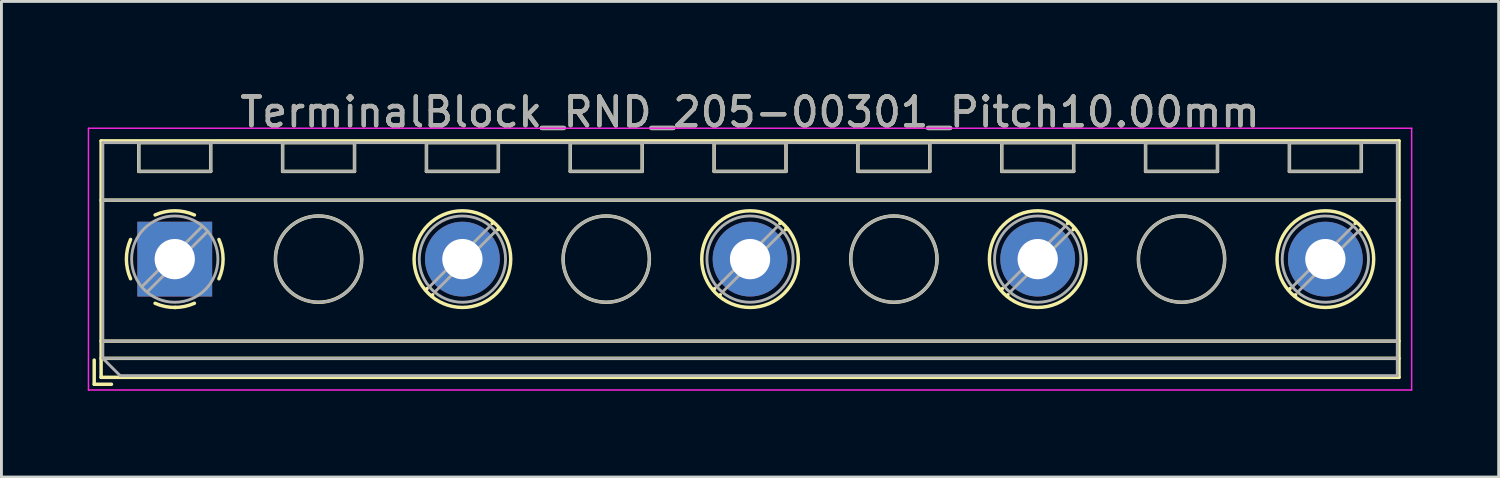
<source format=kicad_pcb>
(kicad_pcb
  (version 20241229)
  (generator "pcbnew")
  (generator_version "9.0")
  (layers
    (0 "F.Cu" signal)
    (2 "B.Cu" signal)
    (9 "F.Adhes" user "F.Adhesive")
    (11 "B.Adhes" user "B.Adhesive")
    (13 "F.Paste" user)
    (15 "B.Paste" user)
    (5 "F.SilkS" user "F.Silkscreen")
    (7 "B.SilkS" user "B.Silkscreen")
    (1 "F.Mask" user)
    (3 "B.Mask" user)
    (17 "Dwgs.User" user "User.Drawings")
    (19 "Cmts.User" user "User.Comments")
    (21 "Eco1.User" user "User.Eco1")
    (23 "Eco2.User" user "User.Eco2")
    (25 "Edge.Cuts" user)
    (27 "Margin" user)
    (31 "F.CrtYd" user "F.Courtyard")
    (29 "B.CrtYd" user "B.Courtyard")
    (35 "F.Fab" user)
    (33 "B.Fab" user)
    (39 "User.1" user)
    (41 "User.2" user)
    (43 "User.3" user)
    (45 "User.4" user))
  (footprint "TerminalBlock_RND_205-00301_Pitch10.00mm"
    (layer "F.Cu")
    (at 3.025 5.958)
    (property "Reference" "TerminalBlock_RND_205-00301_Pitch10.00mm" (at 20 -5.11 0) (layer "F.SilkS") (effects (font (size 1 1) (thickness 0.15))))
    (attr through_hole)
    (fp_line (start -2.8 3.51) (end -2.8 4.35) (stroke (width 0.12) (type solid)) (layer "F.SilkS"))
    (fp_line (start -2.8 4.35) (end -2.2 4.35) (stroke (width 0.12) (type solid)) (layer "F.SilkS"))
    (fp_line (start -2.56 -4.11) (end -2.56 4.11) (stroke (width 0.12) (type solid)) (layer "F.SilkS"))
    (fp_line (start -2.56 -2.05) (end 42.56 -2.05) (stroke (width 0.12) (type solid)) (layer "F.SilkS"))
    (fp_line (start -2.56 2.85) (end 42.56 2.85) (stroke (width 0.12) (type solid)) (layer "F.SilkS"))
    (fp_line (start -2.56 3.45) (end 42.56 3.45) (stroke (width 0.12) (type solid)) (layer "F.SilkS"))
    (fp_line (start -2.56 4.11) (end 42.56 4.11) (stroke (width 0.12) (type solid)) (layer "F.SilkS"))
    (fp_line (start -1.25 -4.05) (end -1.25 -3.05) (stroke (width 0.12) (type solid)) (layer "F.SilkS"))
    (fp_line (start -1.25 -4.05) (end 1.25 -4.05) (stroke (width 0.12) (type solid)) (layer "F.SilkS"))
    (fp_line (start -1.25 -3.05) (end 1.25 -3.05) (stroke (width 0.12) (type solid)) (layer "F.SilkS"))
    (fp_line (start 1.25 -4.05) (end 1.25 -3.05) (stroke (width 0.12) (type solid)) (layer "F.SilkS"))
    (fp_line (start 3.75 -4.05) (end 3.75 -3.05) (stroke (width 0.12) (type solid)) (layer "F.SilkS"))
    (fp_line (start 3.75 -4.05) (end 6.25 -4.05) (stroke (width 0.12) (type solid)) (layer "F.SilkS"))
    (fp_line (start 3.75 -3.05) (end 6.25 -3.05) (stroke (width 0.12) (type solid)) (layer "F.SilkS"))
    (fp_line (start 6.25 -4.05) (end 6.25 -3.05) (stroke (width 0.12) (type solid)) (layer "F.SilkS"))
    (fp_line (start 8.75 -4.05) (end 8.75 -3.05) (stroke (width 0.12) (type solid)) (layer "F.SilkS"))
    (fp_line (start 8.75 -4.05) (end 11.25 -4.05) (stroke (width 0.12) (type solid)) (layer "F.SilkS"))
    (fp_line (start 8.75 -3.05) (end 11.25 -3.05) (stroke (width 0.12) (type solid)) (layer "F.SilkS"))
    (fp_line (start 8.773 1.023) (end 8.726 1.069) (stroke (width 0.12) (type solid)) (layer "F.SilkS"))
    (fp_line (start 8.966 1.239) (end 8.931 1.274) (stroke (width 0.12) (type solid)) (layer "F.SilkS"))
    (fp_line (start 11.07 -1.275) (end 11.035 -1.239) (stroke (width 0.12) (type solid)) (layer "F.SilkS"))
    (fp_line (start 11.25 -4.05) (end 11.25 -3.05) (stroke (width 0.12) (type solid)) (layer "F.SilkS"))
    (fp_line (start 11.275 -1.069) (end 11.228 -1.023) (stroke (width 0.12) (type solid)) (layer "F.SilkS"))
    (fp_line (start 13.75 -4.05) (end 13.75 -3.05) (stroke (width 0.12) (type solid)) (layer "F.SilkS"))
    (fp_line (start 13.75 -4.05) (end 16.25 -4.05) (stroke (width 0.12) (type solid)) (layer "F.SilkS"))
    (fp_line (start 13.75 -3.05) (end 16.25 -3.05) (stroke (width 0.12) (type solid)) (layer "F.SilkS"))
    (fp_line (start 16.25 -4.05) (end 16.25 -3.05) (stroke (width 0.12) (type solid)) (layer "F.SilkS"))
    (fp_line (start 18.75 -4.05) (end 18.75 -3.05) (stroke (width 0.12) (type solid)) (layer "F.SilkS"))
    (fp_line (start 18.75 -4.05) (end 21.25 -4.05) (stroke (width 0.12) (type solid)) (layer "F.SilkS"))
    (fp_line (start 18.75 -3.05) (end 21.25 -3.05) (stroke (width 0.12) (type solid)) (layer "F.SilkS"))
    (fp_line (start 18.773 1.023) (end 18.726 1.069) (stroke (width 0.12) (type solid)) (layer "F.SilkS"))
    (fp_line (start 18.966 1.239) (end 18.931 1.274) (stroke (width 0.12) (type solid)) (layer "F.SilkS"))
    (fp_line (start 21.07 -1.275) (end 21.035 -1.239) (stroke (width 0.12) (type solid)) (layer "F.SilkS"))
    (fp_line (start 21.25 -4.05) (end 21.25 -3.05) (stroke (width 0.12) (type solid)) (layer "F.SilkS"))
    (fp_line (start 21.275 -1.069) (end 21.228 -1.023) (stroke (width 0.12) (type solid)) (layer "F.SilkS"))
    (fp_line (start 23.75 -4.05) (end 23.75 -3.05) (stroke (width 0.12) (type solid)) (layer "F.SilkS"))
    (fp_line (start 23.75 -4.05) (end 26.25 -4.05) (stroke (width 0.12) (type solid)) (layer "F.SilkS"))
    (fp_line (start 23.75 -3.05) (end 26.25 -3.05) (stroke (width 0.12) (type solid)) (layer "F.SilkS"))
    (fp_line (start 26.25 -4.05) (end 26.25 -3.05) (stroke (width 0.12) (type solid)) (layer "F.SilkS"))
    (fp_line (start 28.75 -4.05) (end 28.75 -3.05) (stroke (width 0.12) (type solid)) (layer "F.SilkS"))
    (fp_line (start 28.75 -4.05) (end 31.25 -4.05) (stroke (width 0.12) (type solid)) (layer "F.SilkS"))
    (fp_line (start 28.75 -3.05) (end 31.25 -3.05) (stroke (width 0.12) (type solid)) (layer "F.SilkS"))
    (fp_line (start 28.773 1.023) (end 28.726 1.069) (stroke (width 0.12) (type solid)) (layer "F.SilkS"))
    (fp_line (start 28.966 1.239) (end 28.931 1.274) (stroke (width 0.12) (type solid)) (layer "F.SilkS"))
    (fp_line (start 31.07 -1.275) (end 31.035 -1.239) (stroke (width 0.12) (type solid)) (layer "F.SilkS"))
    (fp_line (start 31.25 -4.05) (end 31.25 -3.05) (stroke (width 0.12) (type solid)) (layer "F.SilkS"))
    (fp_line (start 31.275 -1.069) (end 31.228 -1.023) (stroke (width 0.12) (type solid)) (layer "F.SilkS"))
    (fp_line (start 33.75 -4.05) (end 33.75 -3.05) (stroke (width 0.12) (type solid)) (layer "F.SilkS"))
    (fp_line (start 33.75 -4.05) (end 36.25 -4.05) (stroke (width 0.12) (type solid)) (layer "F.SilkS"))
    (fp_line (start 33.75 -3.05) (end 36.25 -3.05) (stroke (width 0.12) (type solid)) (layer "F.SilkS"))
    (fp_line (start 36.25 -4.05) (end 36.25 -3.05) (stroke (width 0.12) (type solid)) (layer "F.SilkS"))
    (fp_line (start 38.75 -4.05) (end 38.75 -3.05) (stroke (width 0.12) (type solid)) (layer "F.SilkS"))
    (fp_line (start 38.75 -4.05) (end 41.25 -4.05) (stroke (width 0.12) (type solid)) (layer "F.SilkS"))
    (fp_line (start 38.75 -3.05) (end 41.25 -3.05) (stroke (width 0.12) (type solid)) (layer "F.SilkS"))
    (fp_line (start 38.773 1.023) (end 38.726 1.069) (stroke (width 0.12) (type solid)) (layer "F.SilkS"))
    (fp_line (start 38.966 1.239) (end 38.931 1.274) (stroke (width 0.12) (type solid)) (layer "F.SilkS"))
    (fp_line (start 41.07 -1.275) (end 41.035 -1.239) (stroke (width 0.12) (type solid)) (layer "F.SilkS"))
    (fp_line (start 41.25 -4.05) (end 41.25 -3.05) (stroke (width 0.12) (type solid)) (layer "F.SilkS"))
    (fp_line (start 41.275 -1.069) (end 41.228 -1.023) (stroke (width 0.12) (type solid)) (layer "F.SilkS"))
    (fp_line (start 42.56 -4.11) (end -2.56 -4.11) (stroke (width 0.12) (type solid)) (layer "F.SilkS"))
    (fp_line (start 42.56 4.11) (end 42.56 -4.11) (stroke (width 0.12) (type solid)) (layer "F.SilkS"))
    (fp_arc (start -1.535427 0.683042) (mid -1.680501 -0.000524) (end -1.535 -0.684) (stroke (width 0.12) (type solid)) (layer "F.SilkS"))
    (fp_arc (start -0.683042 -1.535427) (mid 0.000524 -1.680501) (end 0.684 -1.535) (stroke (width 0.12) (type solid)) (layer "F.SilkS"))
    (fp_arc (start 0.028805 1.680253) (mid -0.335551 1.646659) (end -0.684 1.535) (stroke (width 0.12) (type solid)) (layer "F.SilkS"))
    (fp_arc (start 0.683318 1.534756) (mid 0.349292 1.643288) (end 0 1.68) (stroke (width 0.12) (type solid)) (layer "F.SilkS"))
    (fp_arc (start 1.535427 -0.683042) (mid 1.680501 0.000524) (end 1.535 0.684) (stroke (width 0.12) (type solid)) (layer "F.SilkS"))
    (fp_circle (center 5 0) (end 6.5 0) (stroke (width 0.12) (type solid)) (fill no) (layer "F.SilkS"))
    (fp_circle (center 10 0) (end 11.68 0) (stroke (width 0.12) (type solid)) (fill no) (layer "F.SilkS"))
    (fp_circle (center 15 0) (end 16.5 0) (stroke (width 0.12) (type solid)) (fill no) (layer "F.SilkS"))
    (fp_circle (center 20 0) (end 21.68 0) (stroke (width 0.12) (type solid)) (fill no) (layer "F.SilkS"))
    (fp_circle (center 25 0) (end 26.5 0) (stroke (width 0.12) (type solid)) (fill no) (layer "F.SilkS"))
    (fp_circle (center 30 0) (end 31.68 0) (stroke (width 0.12) (type solid)) (fill no) (layer "F.SilkS"))
    (fp_circle (center 35 0) (end 36.5 0) (stroke (width 0.12) (type solid)) (fill no) (layer "F.SilkS"))
    (fp_circle (center 40 0) (end 41.68 0) (stroke (width 0.12) (type solid)) (fill no) (layer "F.SilkS"))
    (fp_line (start -3 -4.55) (end -3 4.55) (stroke (width 0.05) (type solid)) (layer "F.CrtYd"))
    (fp_line (start -3 4.55) (end 43 4.55) (stroke (width 0.05) (type solid)) (layer "F.CrtYd"))
    (fp_line (start 43 -4.55) (end -3 -4.55) (stroke (width 0.05) (type solid)) (layer "F.CrtYd"))
    (fp_line (start 43 4.55) (end 43 -4.55) (stroke (width 0.05) (type solid)) (layer "F.CrtYd"))
    (fp_line (start -2.5 -4.05) (end 42.5 -4.05) (stroke (width 0.1) (type solid)) (layer "F.Fab"))
    (fp_line (start -2.5 -2.05) (end 42.5 -2.05) (stroke (width 0.1) (type solid)) (layer "F.Fab"))
    (fp_line (start -2.5 2.85) (end 42.5 2.85) (stroke (width 0.1) (type solid)) (layer "F.Fab"))
    (fp_line (start -2.5 3.45) (end -2.5 -4.05) (stroke (width 0.1) (type solid)) (layer "F.Fab"))
    (fp_line (start -2.5 3.45) (end 42.5 3.45) (stroke (width 0.1) (type solid)) (layer "F.Fab"))
    (fp_line (start -1.9 4.05) (end -2.5 3.45) (stroke (width 0.1) (type solid)) (layer "F.Fab"))
    (fp_line (start -1.25 -4.05) (end -1.25 -3.05) (stroke (width 0.1) (type solid)) (layer "F.Fab"))
    (fp_line (start -1.25 -3.05) (end 1.25 -3.05) (stroke (width 0.1) (type solid)) (layer "F.Fab"))
    (fp_line (start 0.955 -1.138) (end -1.138 0.955) (stroke (width 0.1) (type solid)) (layer "F.Fab"))
    (fp_line (start 1.138 -0.955) (end -0.955 1.138) (stroke (width 0.1) (type solid)) (layer "F.Fab"))
    (fp_line (start 1.25 -4.05) (end -1.25 -4.05) (stroke (width 0.1) (type solid)) (layer "F.Fab"))
    (fp_line (start 1.25 -3.05) (end 1.25 -4.05) (stroke (width 0.1) (type solid)) (layer "F.Fab"))
    (fp_line (start 3.75 -4.05) (end 3.75 -3.05) (stroke (width 0.1) (type solid)) (layer "F.Fab"))
    (fp_line (start 3.75 -3.05) (end 6.25 -3.05) (stroke (width 0.1) (type solid)) (layer "F.Fab"))
    (fp_line (start 6.25 -4.05) (end 3.75 -4.05) (stroke (width 0.1) (type solid)) (layer "F.Fab"))
    (fp_line (start 6.25 -3.05) (end 6.25 -4.05) (stroke (width 0.1) (type solid)) (layer "F.Fab"))
    (fp_line (start 8.75 -4.05) (end 8.75 -3.05) (stroke (width 0.1) (type solid)) (layer "F.Fab"))
    (fp_line (start 8.75 -3.05) (end 11.25 -3.05) (stroke (width 0.1) (type solid)) (layer "F.Fab"))
    (fp_line (start 10.955 -1.138) (end 8.863 0.955) (stroke (width 0.1) (type solid)) (layer "F.Fab"))
    (fp_line (start 11.138 -0.955) (end 9.046 1.138) (stroke (width 0.1) (type solid)) (layer "F.Fab"))
    (fp_line (start 11.25 -4.05) (end 8.75 -4.05) (stroke (width 0.1) (type solid)) (layer "F.Fab"))
    (fp_line (start 11.25 -3.05) (end 11.25 -4.05) (stroke (width 0.1) (type solid)) (layer "F.Fab"))
    (fp_line (start 13.75 -4.05) (end 13.75 -3.05) (stroke (width 0.1) (type solid)) (layer "F.Fab"))
    (fp_line (start 13.75 -3.05) (end 16.25 -3.05) (stroke (width 0.1) (type solid)) (layer "F.Fab"))
    (fp_line (start 16.25 -4.05) (end 13.75 -4.05) (stroke (width 0.1) (type solid)) (layer "F.Fab"))
    (fp_line (start 16.25 -3.05) (end 16.25 -4.05) (stroke (width 0.1) (type solid)) (layer "F.Fab"))
    (fp_line (start 18.75 -4.05) (end 18.75 -3.05) (stroke (width 0.1) (type solid)) (layer "F.Fab"))
    (fp_line (start 18.75 -3.05) (end 21.25 -3.05) (stroke (width 0.1) (type solid)) (layer "F.Fab"))
    (fp_line (start 20.955 -1.138) (end 18.863 0.955) (stroke (width 0.1) (type solid)) (layer "F.Fab"))
    (fp_line (start 21.138 -0.955) (end 19.046 1.138) (stroke (width 0.1) (type solid)) (layer "F.Fab"))
    (fp_line (start 21.25 -4.05) (end 18.75 -4.05) (stroke (width 0.1) (type solid)) (layer "F.Fab"))
    (fp_line (start 21.25 -3.05) (end 21.25 -4.05) (stroke (width 0.1) (type solid)) (layer "F.Fab"))
    (fp_line (start 23.75 -4.05) (end 23.75 -3.05) (stroke (width 0.1) (type solid)) (layer "F.Fab"))
    (fp_line (start 23.75 -3.05) (end 26.25 -3.05) (stroke (width 0.1) (type solid)) (layer "F.Fab"))
    (fp_line (start 26.25 -4.05) (end 23.75 -4.05) (stroke (width 0.1) (type solid)) (layer "F.Fab"))
    (fp_line (start 26.25 -3.05) (end 26.25 -4.05) (stroke (width 0.1) (type solid)) (layer "F.Fab"))
    (fp_line (start 28.75 -4.05) (end 28.75 -3.05) (stroke (width 0.1) (type solid)) (layer "F.Fab"))
    (fp_line (start 28.75 -3.05) (end 31.25 -3.05) (stroke (width 0.1) (type solid)) (layer "F.Fab"))
    (fp_line (start 30.955 -1.138) (end 28.863 0.955) (stroke (width 0.1) (type solid)) (layer "F.Fab"))
    (fp_line (start 31.138 -0.955) (end 29.046 1.138) (stroke (width 0.1) (type solid)) (layer "F.Fab"))
    (fp_line (start 31.25 -4.05) (end 28.75 -4.05) (stroke (width 0.1) (type solid)) (layer "F.Fab"))
    (fp_line (start 31.25 -3.05) (end 31.25 -4.05) (stroke (width 0.1) (type solid)) (layer "F.Fab"))
    (fp_line (start 33.75 -4.05) (end 33.75 -3.05) (stroke (width 0.1) (type solid)) (layer "F.Fab"))
    (fp_line (start 33.75 -3.05) (end 36.25 -3.05) (stroke (width 0.1) (type solid)) (layer "F.Fab"))
    (fp_line (start 36.25 -4.05) (end 33.75 -4.05) (stroke (width 0.1) (type solid)) (layer "F.Fab"))
    (fp_line (start 36.25 -3.05) (end 36.25 -4.05) (stroke (width 0.1) (type solid)) (layer "F.Fab"))
    (fp_line (start 38.75 -4.05) (end 38.75 -3.05) (stroke (width 0.1) (type solid)) (layer "F.Fab"))
    (fp_line (start 38.75 -3.05) (end 41.25 -3.05) (stroke (width 0.1) (type solid)) (layer "F.Fab"))
    (fp_line (start 40.955 -1.138) (end 38.863 0.955) (stroke (width 0.1) (type solid)) (layer "F.Fab"))
    (fp_line (start 41.138 -0.955) (end 39.046 1.138) (stroke (width 0.1) (type solid)) (layer "F.Fab"))
    (fp_line (start 41.25 -4.05) (end 38.75 -4.05) (stroke (width 0.1) (type solid)) (layer "F.Fab"))
    (fp_line (start 41.25 -3.05) (end 41.25 -4.05) (stroke (width 0.1) (type solid)) (layer "F.Fab"))
    (fp_line (start 42.5 -4.05) (end 42.5 4.05) (stroke (width 0.1) (type solid)) (layer "F.Fab"))
    (fp_line (start 42.5 4.05) (end -1.9 4.05) (stroke (width 0.1) (type solid)) (layer "F.Fab"))
    (fp_circle (center 0 0) (end 1.5 0) (stroke (width 0.1) (type solid)) (fill no) (layer "F.Fab"))
    (fp_circle (center 5 0) (end 6.5 0) (stroke (width 0.1) (type solid)) (fill no) (layer "F.Fab"))
    (fp_circle (center 10 0) (end 11.5 0) (stroke (width 0.1) (type solid)) (fill no) (layer "F.Fab"))
    (fp_circle (center 15 0) (end 16.5 0) (stroke (width 0.1) (type solid)) (fill no) (layer "F.Fab"))
    (fp_circle (center 20 0) (end 21.5 0) (stroke (width 0.1) (type solid)) (fill no) (layer "F.Fab"))
    (fp_circle (center 25 0) (end 26.5 0) (stroke (width 0.1) (type solid)) (fill no) (layer "F.Fab"))
    (fp_circle (center 30 0) (end 31.5 0) (stroke (width 0.1) (type solid)) (fill no) (layer "F.Fab"))
    (fp_circle (center 35 0) (end 36.5 0) (stroke (width 0.1) (type solid)) (fill no) (layer "F.Fab"))
    (fp_circle (center 40 0) (end 41.5 0) (stroke (width 0.1) (type solid)) (fill no) (layer "F.Fab"))
    (fp_text user "${REFERENCE}" (at 20 -5.11 0) (layer "F.Fab") (effects (font (size 1 1) (thickness 0.15))))
    (pad "1" thru_hole rect (at 0 0) (size 2.6 2.6) (drill 1.4) (layers "*.Cu" "*.Mask"))
    (pad "2" thru_hole circle (at 10 0) (size 2.6 2.6) (drill 1.4) (layers "*.Cu" "*.Mask"))
    (pad "3" thru_hole circle (at 20 0) (size 2.6 2.6) (drill 1.4) (layers "*.Cu" "*.Mask"))
    (pad "4" thru_hole circle (at 30 0) (size 2.6 2.6) (drill 1.4) (layers "*.Cu" "*.Mask"))
    (pad "5" thru_hole circle (at 40 0) (size 2.6 2.6) (drill 1.4) (layers "*.Cu" "*.Mask")))
  (gr_rect
    (start -3 -3)
    (end 49.05 13.533)
    (stroke (width 0.1) (type default))
    (fill no)
    (layer "Edge.Cuts")))
</source>
